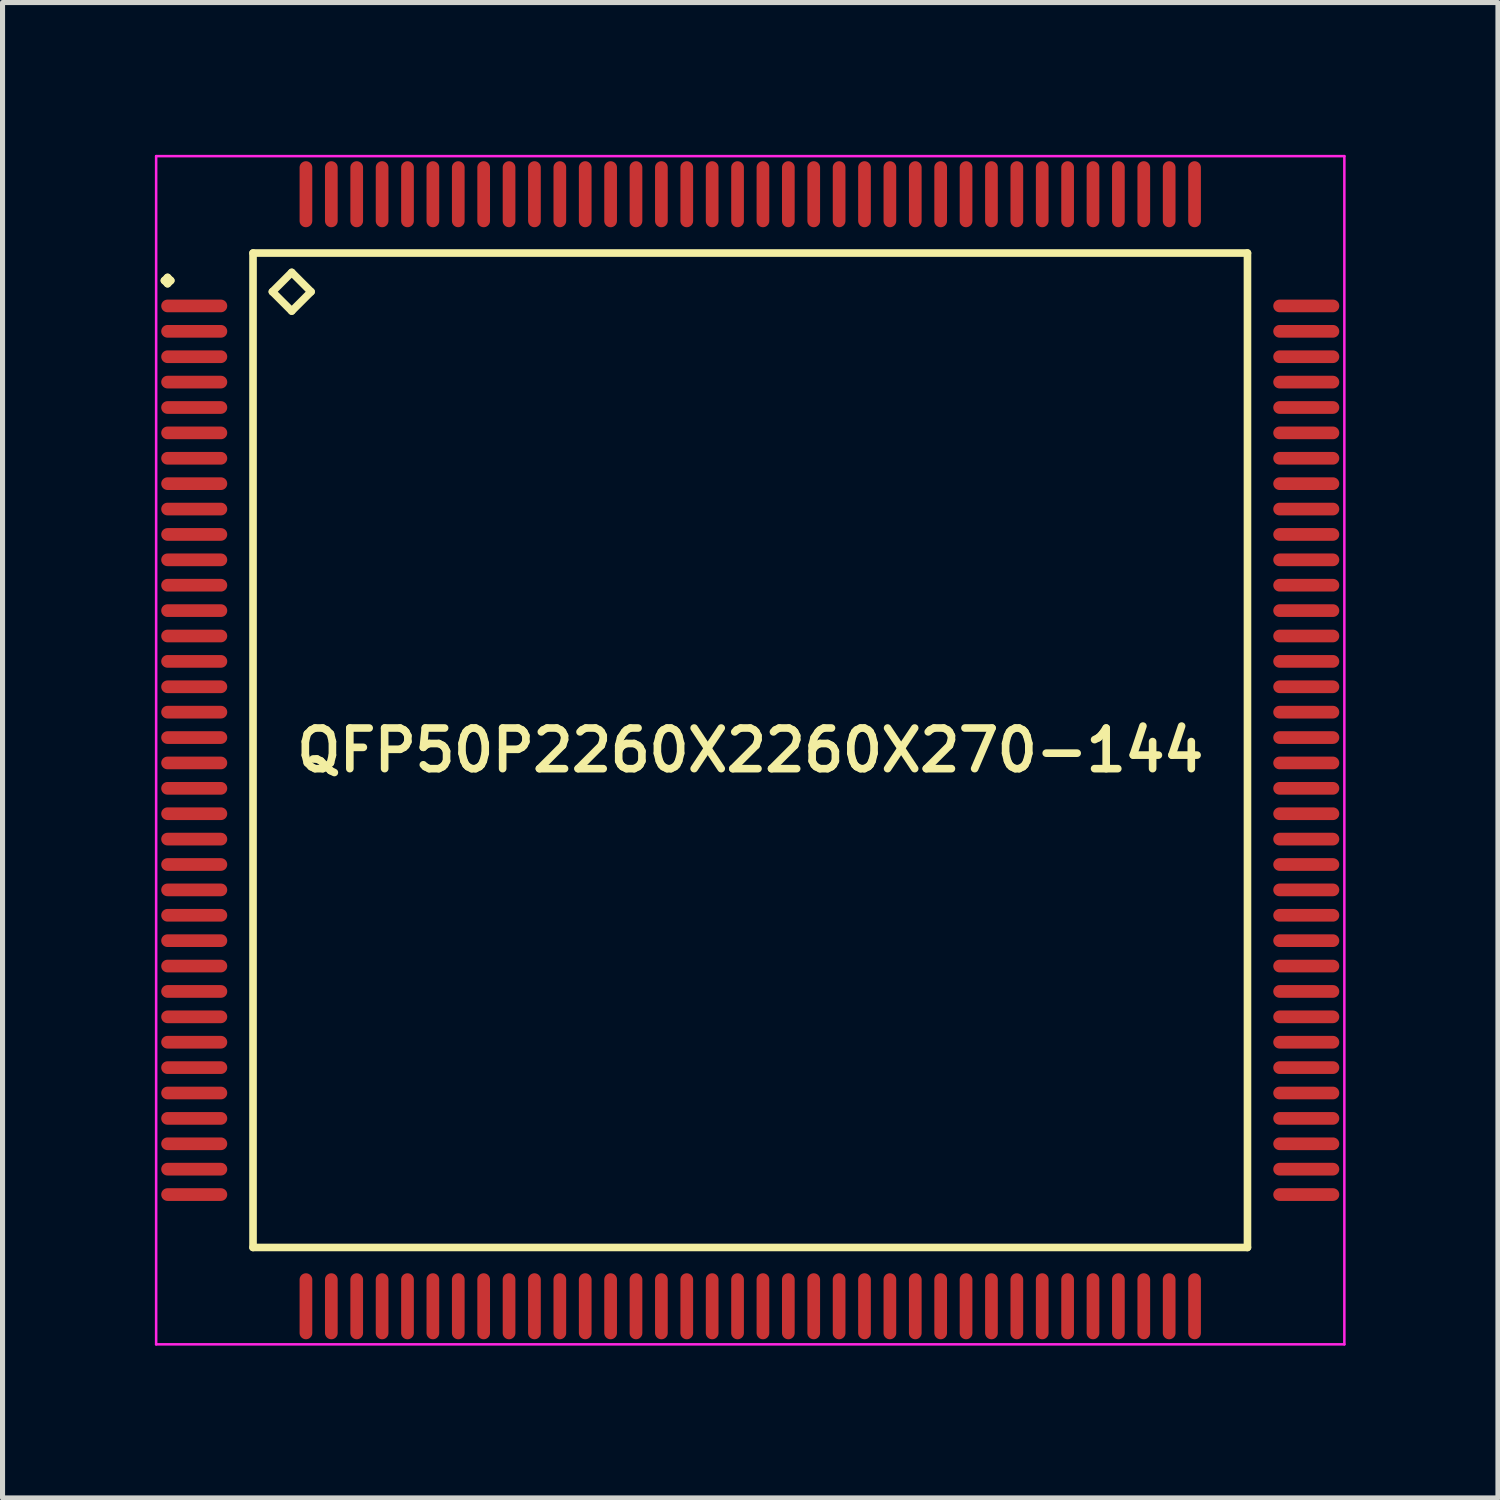
<source format=kicad_pcb>
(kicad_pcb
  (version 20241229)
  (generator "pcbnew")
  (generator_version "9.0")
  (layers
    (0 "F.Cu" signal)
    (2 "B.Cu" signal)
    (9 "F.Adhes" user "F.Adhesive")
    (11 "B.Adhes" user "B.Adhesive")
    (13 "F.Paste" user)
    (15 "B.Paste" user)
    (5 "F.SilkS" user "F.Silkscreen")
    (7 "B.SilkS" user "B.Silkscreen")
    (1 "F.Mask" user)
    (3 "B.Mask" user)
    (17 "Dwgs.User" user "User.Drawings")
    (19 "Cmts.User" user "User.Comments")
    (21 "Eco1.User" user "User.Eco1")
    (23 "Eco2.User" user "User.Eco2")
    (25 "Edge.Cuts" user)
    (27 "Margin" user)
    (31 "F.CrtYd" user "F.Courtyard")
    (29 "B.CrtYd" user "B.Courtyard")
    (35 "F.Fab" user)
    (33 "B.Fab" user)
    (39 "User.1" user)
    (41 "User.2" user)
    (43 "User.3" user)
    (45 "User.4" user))
  (footprint "QFP50P2260X2260X270-144"
    (layer "F.Cu")
    (at 11.725 11.725)
    (property "Reference" "QFP50P2260X2260X270-144" (at 0 0 0) (layer "F.SilkS") (effects (font (size 0.8 0.8) (thickness 0.15))))
    (attr smd)
    (fp_line (start -11.537 -9.25) (end -11.475 -9.312) (stroke (width 0.15) (type solid)) (layer "F.SilkS"))
    (fp_line (start -11.475 -9.312) (end -11.412 -9.25) (stroke (width 0.15) (type solid)) (layer "F.SilkS"))
    (fp_line (start -11.475 -9.188) (end -11.537 -9.25) (stroke (width 0.15) (type solid)) (layer "F.SilkS"))
    (fp_line (start -11.412 -9.25) (end -11.475 -9.188) (stroke (width 0.15) (type solid)) (layer "F.SilkS"))
    (fp_line (start -9.792 -9.792) (end -9.792 9.792) (stroke (width 0.15) (type solid)) (layer "F.SilkS"))
    (fp_line (start -9.792 9.792) (end 9.792 9.792) (stroke (width 0.15) (type solid)) (layer "F.SilkS"))
    (fp_line (start -9.411 -9.03) (end -9.03 -9.411) (stroke (width 0.15) (type solid)) (layer "F.SilkS"))
    (fp_line (start -9.03 -9.411) (end -8.649 -9.03) (stroke (width 0.15) (type solid)) (layer "F.SilkS"))
    (fp_line (start -9.03 -8.649) (end -9.411 -9.03) (stroke (width 0.15) (type solid)) (layer "F.SilkS"))
    (fp_line (start -8.649 -9.03) (end -9.03 -8.649) (stroke (width 0.15) (type solid)) (layer "F.SilkS"))
    (fp_line (start 9.792 -9.792) (end -9.792 -9.792) (stroke (width 0.15) (type solid)) (layer "F.SilkS"))
    (fp_line (start 9.792 9.792) (end 9.792 -9.792) (stroke (width 0.15) (type solid)) (layer "F.SilkS"))
    (fp_line (start -11.7 -11.7) (end 11.7 -11.7) (stroke (width 0.05) (type solid)) (layer "F.CrtYd"))
    (fp_line (start -11.7 11.7) (end -11.7 -11.7) (stroke (width 0.05) (type solid)) (layer "F.CrtYd"))
    (fp_line (start 11.7 -11.7) (end 11.7 11.7) (stroke (width 0.05) (type solid)) (layer "F.CrtYd"))
    (fp_line (start 11.7 11.7) (end -11.7 11.7) (stroke (width 0.05) (type solid)) (layer "F.CrtYd"))
    (pad "1" smd oval (at -10.95 -8.75) (size 1.3 0.25) (layers "F.Cu" "F.Mask" "F.Paste"))
    (pad "2" smd oval (at -10.95 -8.25) (size 1.3 0.25) (layers "F.Cu" "F.Mask" "F.Paste"))
    (pad "3" smd oval (at -10.95 -7.75) (size 1.3 0.25) (layers "F.Cu" "F.Mask" "F.Paste"))
    (pad "4" smd oval (at -10.95 -7.25) (size 1.3 0.25) (layers "F.Cu" "F.Mask" "F.Paste"))
    (pad "5" smd oval (at -10.95 -6.75) (size 1.3 0.25) (layers "F.Cu" "F.Mask" "F.Paste"))
    (pad "6" smd oval (at -10.95 -6.25) (size 1.3 0.25) (layers "F.Cu" "F.Mask" "F.Paste"))
    (pad "7" smd oval (at -10.95 -5.75) (size 1.3 0.25) (layers "F.Cu" "F.Mask" "F.Paste"))
    (pad "8" smd oval (at -10.95 -5.25) (size 1.3 0.25) (layers "F.Cu" "F.Mask" "F.Paste"))
    (pad "9" smd oval (at -10.95 -4.75) (size 1.3 0.25) (layers "F.Cu" "F.Mask" "F.Paste"))
    (pad "10" smd oval (at -10.95 -4.25) (size 1.3 0.25) (layers "F.Cu" "F.Mask" "F.Paste"))
    (pad "11" smd oval (at -10.95 -3.75) (size 1.3 0.25) (layers "F.Cu" "F.Mask" "F.Paste"))
    (pad "12" smd oval (at -10.95 -3.25) (size 1.3 0.25) (layers "F.Cu" "F.Mask" "F.Paste"))
    (pad "13" smd oval (at -10.95 -2.75) (size 1.3 0.25) (layers "F.Cu" "F.Mask" "F.Paste"))
    (pad "14" smd oval (at -10.95 -2.25) (size 1.3 0.25) (layers "F.Cu" "F.Mask" "F.Paste"))
    (pad "15" smd oval (at -10.95 -1.75) (size 1.3 0.25) (layers "F.Cu" "F.Mask" "F.Paste"))
    (pad "16" smd oval (at -10.95 -1.25) (size 1.3 0.25) (layers "F.Cu" "F.Mask" "F.Paste"))
    (pad "17" smd oval (at -10.95 -0.75) (size 1.3 0.25) (layers "F.Cu" "F.Mask" "F.Paste"))
    (pad "18" smd oval (at -10.95 -0.25) (size 1.3 0.25) (layers "F.Cu" "F.Mask" "F.Paste"))
    (pad "19" smd oval (at -10.95 0.25) (size 1.3 0.25) (layers "F.Cu" "F.Mask" "F.Paste"))
    (pad "20" smd oval (at -10.95 0.75) (size 1.3 0.25) (layers "F.Cu" "F.Mask" "F.Paste"))
    (pad "21" smd oval (at -10.95 1.25) (size 1.3 0.25) (layers "F.Cu" "F.Mask" "F.Paste"))
    (pad "22" smd oval (at -10.95 1.75) (size 1.3 0.25) (layers "F.Cu" "F.Mask" "F.Paste"))
    (pad "23" smd oval (at -10.95 2.25) (size 1.3 0.25) (layers "F.Cu" "F.Mask" "F.Paste"))
    (pad "24" smd oval (at -10.95 2.75) (size 1.3 0.25) (layers "F.Cu" "F.Mask" "F.Paste"))
    (pad "25" smd oval (at -10.95 3.25) (size 1.3 0.25) (layers "F.Cu" "F.Mask" "F.Paste"))
    (pad "26" smd oval (at -10.95 3.75) (size 1.3 0.25) (layers "F.Cu" "F.Mask" "F.Paste"))
    (pad "27" smd oval (at -10.95 4.25) (size 1.3 0.25) (layers "F.Cu" "F.Mask" "F.Paste"))
    (pad "28" smd oval (at -10.95 4.75) (size 1.3 0.25) (layers "F.Cu" "F.Mask" "F.Paste"))
    (pad "29" smd oval (at -10.95 5.25) (size 1.3 0.25) (layers "F.Cu" "F.Mask" "F.Paste"))
    (pad "30" smd oval (at -10.95 5.75) (size 1.3 0.25) (layers "F.Cu" "F.Mask" "F.Paste"))
    (pad "31" smd oval (at -10.95 6.25) (size 1.3 0.25) (layers "F.Cu" "F.Mask" "F.Paste"))
    (pad "32" smd oval (at -10.95 6.75) (size 1.3 0.25) (layers "F.Cu" "F.Mask" "F.Paste"))
    (pad "33" smd oval (at -10.95 7.25) (size 1.3 0.25) (layers "F.Cu" "F.Mask" "F.Paste"))
    (pad "34" smd oval (at -10.95 7.75) (size 1.3 0.25) (layers "F.Cu" "F.Mask" "F.Paste"))
    (pad "35" smd oval (at -10.95 8.25) (size 1.3 0.25) (layers "F.Cu" "F.Mask" "F.Paste"))
    (pad "36" smd oval (at -10.95 8.75) (size 1.3 0.25) (layers "F.Cu" "F.Mask" "F.Paste"))
    (pad "37" smd oval (at -8.75 10.95) (size 0.25 1.3) (layers "F.Cu" "F.Mask" "F.Paste"))
    (pad "38" smd oval (at -8.25 10.95) (size 0.25 1.3) (layers "F.Cu" "F.Mask" "F.Paste"))
    (pad "39" smd oval (at -7.75 10.95) (size 0.25 1.3) (layers "F.Cu" "F.Mask" "F.Paste"))
    (pad "40" smd oval (at -7.25 10.95) (size 0.25 1.3) (layers "F.Cu" "F.Mask" "F.Paste"))
    (pad "41" smd oval (at -6.75 10.95) (size 0.25 1.3) (layers "F.Cu" "F.Mask" "F.Paste"))
    (pad "42" smd oval (at -6.25 10.95) (size 0.25 1.3) (layers "F.Cu" "F.Mask" "F.Paste"))
    (pad "43" smd oval (at -5.75 10.95) (size 0.25 1.3) (layers "F.Cu" "F.Mask" "F.Paste"))
    (pad "44" smd oval (at -5.25 10.95) (size 0.25 1.3) (layers "F.Cu" "F.Mask" "F.Paste"))
    (pad "45" smd oval (at -4.75 10.95) (size 0.25 1.3) (layers "F.Cu" "F.Mask" "F.Paste"))
    (pad "46" smd oval (at -4.25 10.95) (size 0.25 1.3) (layers "F.Cu" "F.Mask" "F.Paste"))
    (pad "47" smd oval (at -3.75 10.95) (size 0.25 1.3) (layers "F.Cu" "F.Mask" "F.Paste"))
    (pad "48" smd oval (at -3.25 10.95) (size 0.25 1.3) (layers "F.Cu" "F.Mask" "F.Paste"))
    (pad "49" smd oval (at -2.75 10.95) (size 0.25 1.3) (layers "F.Cu" "F.Mask" "F.Paste"))
    (pad "50" smd oval (at -2.25 10.95) (size 0.25 1.3) (layers "F.Cu" "F.Mask" "F.Paste"))
    (pad "51" smd oval (at -1.75 10.95) (size 0.25 1.3) (layers "F.Cu" "F.Mask" "F.Paste"))
    (pad "52" smd oval (at -1.25 10.95) (size 0.25 1.3) (layers "F.Cu" "F.Mask" "F.Paste"))
    (pad "53" smd oval (at -0.75 10.95) (size 0.25 1.3) (layers "F.Cu" "F.Mask" "F.Paste"))
    (pad "54" smd oval (at -0.25 10.95) (size 0.25 1.3) (layers "F.Cu" "F.Mask" "F.Paste"))
    (pad "55" smd oval (at 0.25 10.95) (size 0.25 1.3) (layers "F.Cu" "F.Mask" "F.Paste"))
    (pad "56" smd oval (at 0.75 10.95) (size 0.25 1.3) (layers "F.Cu" "F.Mask" "F.Paste"))
    (pad "57" smd oval (at 1.25 10.95) (size 0.25 1.3) (layers "F.Cu" "F.Mask" "F.Paste"))
    (pad "58" smd oval (at 1.75 10.95) (size 0.25 1.3) (layers "F.Cu" "F.Mask" "F.Paste"))
    (pad "59" smd oval (at 2.25 10.95) (size 0.25 1.3) (layers "F.Cu" "F.Mask" "F.Paste"))
    (pad "60" smd oval (at 2.75 10.95) (size 0.25 1.3) (layers "F.Cu" "F.Mask" "F.Paste"))
    (pad "61" smd oval (at 3.25 10.95) (size 0.25 1.3) (layers "F.Cu" "F.Mask" "F.Paste"))
    (pad "62" smd oval (at 3.75 10.95) (size 0.25 1.3) (layers "F.Cu" "F.Mask" "F.Paste"))
    (pad "63" smd oval (at 4.25 10.95) (size 0.25 1.3) (layers "F.Cu" "F.Mask" "F.Paste"))
    (pad "64" smd oval (at 4.75 10.95) (size 0.25 1.3) (layers "F.Cu" "F.Mask" "F.Paste"))
    (pad "65" smd oval (at 5.25 10.95) (size 0.25 1.3) (layers "F.Cu" "F.Mask" "F.Paste"))
    (pad "66" smd oval (at 5.75 10.95) (size 0.25 1.3) (layers "F.Cu" "F.Mask" "F.Paste"))
    (pad "67" smd oval (at 6.25 10.95) (size 0.25 1.3) (layers "F.Cu" "F.Mask" "F.Paste"))
    (pad "68" smd oval (at 6.75 10.95) (size 0.25 1.3) (layers "F.Cu" "F.Mask" "F.Paste"))
    (pad "69" smd oval (at 7.25 10.95) (size 0.25 1.3) (layers "F.Cu" "F.Mask" "F.Paste"))
    (pad "70" smd oval (at 7.75 10.95) (size 0.25 1.3) (layers "F.Cu" "F.Mask" "F.Paste"))
    (pad "71" smd oval (at 8.25 10.95) (size 0.25 1.3) (layers "F.Cu" "F.Mask" "F.Paste"))
    (pad "72" smd oval (at 8.75 10.95) (size 0.25 1.3) (layers "F.Cu" "F.Mask" "F.Paste"))
    (pad "73" smd oval (at 10.95 8.75) (size 1.3 0.25) (layers "F.Cu" "F.Mask" "F.Paste"))
    (pad "74" smd oval (at 10.95 8.25) (size 1.3 0.25) (layers "F.Cu" "F.Mask" "F.Paste"))
    (pad "75" smd oval (at 10.95 7.75) (size 1.3 0.25) (layers "F.Cu" "F.Mask" "F.Paste"))
    (pad "76" smd oval (at 10.95 7.25) (size 1.3 0.25) (layers "F.Cu" "F.Mask" "F.Paste"))
    (pad "77" smd oval (at 10.95 6.75) (size 1.3 0.25) (layers "F.Cu" "F.Mask" "F.Paste"))
    (pad "78" smd oval (at 10.95 6.25) (size 1.3 0.25) (layers "F.Cu" "F.Mask" "F.Paste"))
    (pad "79" smd oval (at 10.95 5.75) (size 1.3 0.25) (layers "F.Cu" "F.Mask" "F.Paste"))
    (pad "80" smd oval (at 10.95 5.25) (size 1.3 0.25) (layers "F.Cu" "F.Mask" "F.Paste"))
    (pad "81" smd oval (at 10.95 4.75) (size 1.3 0.25) (layers "F.Cu" "F.Mask" "F.Paste"))
    (pad "82" smd oval (at 10.95 4.25) (size 1.3 0.25) (layers "F.Cu" "F.Mask" "F.Paste"))
    (pad "83" smd oval (at 10.95 3.75) (size 1.3 0.25) (layers "F.Cu" "F.Mask" "F.Paste"))
    (pad "84" smd oval (at 10.95 3.25) (size 1.3 0.25) (layers "F.Cu" "F.Mask" "F.Paste"))
    (pad "85" smd oval (at 10.95 2.75) (size 1.3 0.25) (layers "F.Cu" "F.Mask" "F.Paste"))
    (pad "86" smd oval (at 10.95 2.25) (size 1.3 0.25) (layers "F.Cu" "F.Mask" "F.Paste"))
    (pad "87" smd oval (at 10.95 1.75) (size 1.3 0.25) (layers "F.Cu" "F.Mask" "F.Paste"))
    (pad "88" smd oval (at 10.95 1.25) (size 1.3 0.25) (layers "F.Cu" "F.Mask" "F.Paste"))
    (pad "89" smd oval (at 10.95 0.75) (size 1.3 0.25) (layers "F.Cu" "F.Mask" "F.Paste"))
    (pad "90" smd oval (at 10.95 0.25) (size 1.3 0.25) (layers "F.Cu" "F.Mask" "F.Paste"))
    (pad "91" smd oval (at 10.95 -0.25) (size 1.3 0.25) (layers "F.Cu" "F.Mask" "F.Paste"))
    (pad "92" smd oval (at 10.95 -0.75) (size 1.3 0.25) (layers "F.Cu" "F.Mask" "F.Paste"))
    (pad "93" smd oval (at 10.95 -1.25) (size 1.3 0.25) (layers "F.Cu" "F.Mask" "F.Paste"))
    (pad "94" smd oval (at 10.95 -1.75) (size 1.3 0.25) (layers "F.Cu" "F.Mask" "F.Paste"))
    (pad "95" smd oval (at 10.95 -2.25) (size 1.3 0.25) (layers "F.Cu" "F.Mask" "F.Paste"))
    (pad "96" smd oval (at 10.95 -2.75) (size 1.3 0.25) (layers "F.Cu" "F.Mask" "F.Paste"))
    (pad "97" smd oval (at 10.95 -3.25) (size 1.3 0.25) (layers "F.Cu" "F.Mask" "F.Paste"))
    (pad "98" smd oval (at 10.95 -3.75) (size 1.3 0.25) (layers "F.Cu" "F.Mask" "F.Paste"))
    (pad "99" smd oval (at 10.95 -4.25) (size 1.3 0.25) (layers "F.Cu" "F.Mask" "F.Paste"))
    (pad "100" smd oval (at 10.95 -4.75) (size 1.3 0.25) (layers "F.Cu" "F.Mask" "F.Paste"))
    (pad "101" smd oval (at 10.95 -5.25) (size 1.3 0.25) (layers "F.Cu" "F.Mask" "F.Paste"))
    (pad "102" smd oval (at 10.95 -5.75) (size 1.3 0.25) (layers "F.Cu" "F.Mask" "F.Paste"))
    (pad "103" smd oval (at 10.95 -6.25) (size 1.3 0.25) (layers "F.Cu" "F.Mask" "F.Paste"))
    (pad "104" smd oval (at 10.95 -6.75) (size 1.3 0.25) (layers "F.Cu" "F.Mask" "F.Paste"))
    (pad "105" smd oval (at 10.95 -7.25) (size 1.3 0.25) (layers "F.Cu" "F.Mask" "F.Paste"))
    (pad "106" smd oval (at 10.95 -7.75) (size 1.3 0.25) (layers "F.Cu" "F.Mask" "F.Paste"))
    (pad "107" smd oval (at 10.95 -8.25) (size 1.3 0.25) (layers "F.Cu" "F.Mask" "F.Paste"))
    (pad "108" smd oval (at 10.95 -8.75) (size 1.3 0.25) (layers "F.Cu" "F.Mask" "F.Paste"))
    (pad "109" smd oval (at 8.75 -10.95) (size 0.25 1.3) (layers "F.Cu" "F.Mask" "F.Paste"))
    (pad "110" smd oval (at 8.25 -10.95) (size 0.25 1.3) (layers "F.Cu" "F.Mask" "F.Paste"))
    (pad "111" smd oval (at 7.75 -10.95) (size 0.25 1.3) (layers "F.Cu" "F.Mask" "F.Paste"))
    (pad "112" smd oval (at 7.25 -10.95) (size 0.25 1.3) (layers "F.Cu" "F.Mask" "F.Paste"))
    (pad "113" smd oval (at 6.75 -10.95) (size 0.25 1.3) (layers "F.Cu" "F.Mask" "F.Paste"))
    (pad "114" smd oval (at 6.25 -10.95) (size 0.25 1.3) (layers "F.Cu" "F.Mask" "F.Paste"))
    (pad "115" smd oval (at 5.75 -10.95) (size 0.25 1.3) (layers "F.Cu" "F.Mask" "F.Paste"))
    (pad "116" smd oval (at 5.25 -10.95) (size 0.25 1.3) (layers "F.Cu" "F.Mask" "F.Paste"))
    (pad "117" smd oval (at 4.75 -10.95) (size 0.25 1.3) (layers "F.Cu" "F.Mask" "F.Paste"))
    (pad "118" smd oval (at 4.25 -10.95) (size 0.25 1.3) (layers "F.Cu" "F.Mask" "F.Paste"))
    (pad "119" smd oval (at 3.75 -10.95) (size 0.25 1.3) (layers "F.Cu" "F.Mask" "F.Paste"))
    (pad "120" smd oval (at 3.25 -10.95) (size 0.25 1.3) (layers "F.Cu" "F.Mask" "F.Paste"))
    (pad "121" smd oval (at 2.75 -10.95) (size 0.25 1.3) (layers "F.Cu" "F.Mask" "F.Paste"))
    (pad "122" smd oval (at 2.25 -10.95) (size 0.25 1.3) (layers "F.Cu" "F.Mask" "F.Paste"))
    (pad "123" smd oval (at 1.75 -10.95) (size 0.25 1.3) (layers "F.Cu" "F.Mask" "F.Paste"))
    (pad "124" smd oval (at 1.25 -10.95) (size 0.25 1.3) (layers "F.Cu" "F.Mask" "F.Paste"))
    (pad "125" smd oval (at 0.75 -10.95) (size 0.25 1.3) (layers "F.Cu" "F.Mask" "F.Paste"))
    (pad "126" smd oval (at 0.25 -10.95) (size 0.25 1.3) (layers "F.Cu" "F.Mask" "F.Paste"))
    (pad "127" smd oval (at -0.25 -10.95) (size 0.25 1.3) (layers "F.Cu" "F.Mask" "F.Paste"))
    (pad "128" smd oval (at -0.75 -10.95) (size 0.25 1.3) (layers "F.Cu" "F.Mask" "F.Paste"))
    (pad "129" smd oval (at -1.25 -10.95) (size 0.25 1.3) (layers "F.Cu" "F.Mask" "F.Paste"))
    (pad "130" smd oval (at -1.75 -10.95) (size 0.25 1.3) (layers "F.Cu" "F.Mask" "F.Paste"))
    (pad "131" smd oval (at -2.25 -10.95) (size 0.25 1.3) (layers "F.Cu" "F.Mask" "F.Paste"))
    (pad "132" smd oval (at -2.75 -10.95) (size 0.25 1.3) (layers "F.Cu" "F.Mask" "F.Paste"))
    (pad "133" smd oval (at -3.25 -10.95) (size 0.25 1.3) (layers "F.Cu" "F.Mask" "F.Paste"))
    (pad "134" smd oval (at -3.75 -10.95) (size 0.25 1.3) (layers "F.Cu" "F.Mask" "F.Paste"))
    (pad "135" smd oval (at -4.25 -10.95) (size 0.25 1.3) (layers "F.Cu" "F.Mask" "F.Paste"))
    (pad "136" smd oval (at -4.75 -10.95) (size 0.25 1.3) (layers "F.Cu" "F.Mask" "F.Paste"))
    (pad "137" smd oval (at -5.25 -10.95) (size 0.25 1.3) (layers "F.Cu" "F.Mask" "F.Paste"))
    (pad "138" smd oval (at -5.75 -10.95) (size 0.25 1.3) (layers "F.Cu" "F.Mask" "F.Paste"))
    (pad "139" smd oval (at -6.25 -10.95) (size 0.25 1.3) (layers "F.Cu" "F.Mask" "F.Paste"))
    (pad "140" smd oval (at -6.75 -10.95) (size 0.25 1.3) (layers "F.Cu" "F.Mask" "F.Paste"))
    (pad "141" smd oval (at -7.25 -10.95) (size 0.25 1.3) (layers "F.Cu" "F.Mask" "F.Paste"))
    (pad "142" smd oval (at -7.75 -10.95) (size 0.25 1.3) (layers "F.Cu" "F.Mask" "F.Paste"))
    (pad "143" smd oval (at -8.25 -10.95) (size 0.25 1.3) (layers "F.Cu" "F.Mask" "F.Paste"))
    (pad "144" smd oval (at -8.75 -10.95) (size 0.25 1.3) (layers "F.Cu" "F.Mask" "F.Paste")))
  (gr_rect
    (start -3 -3)
    (end 26.45 26.45)
    (stroke (width 0.1) (type default))
    (fill no)
    (layer "Edge.Cuts")))
</source>
